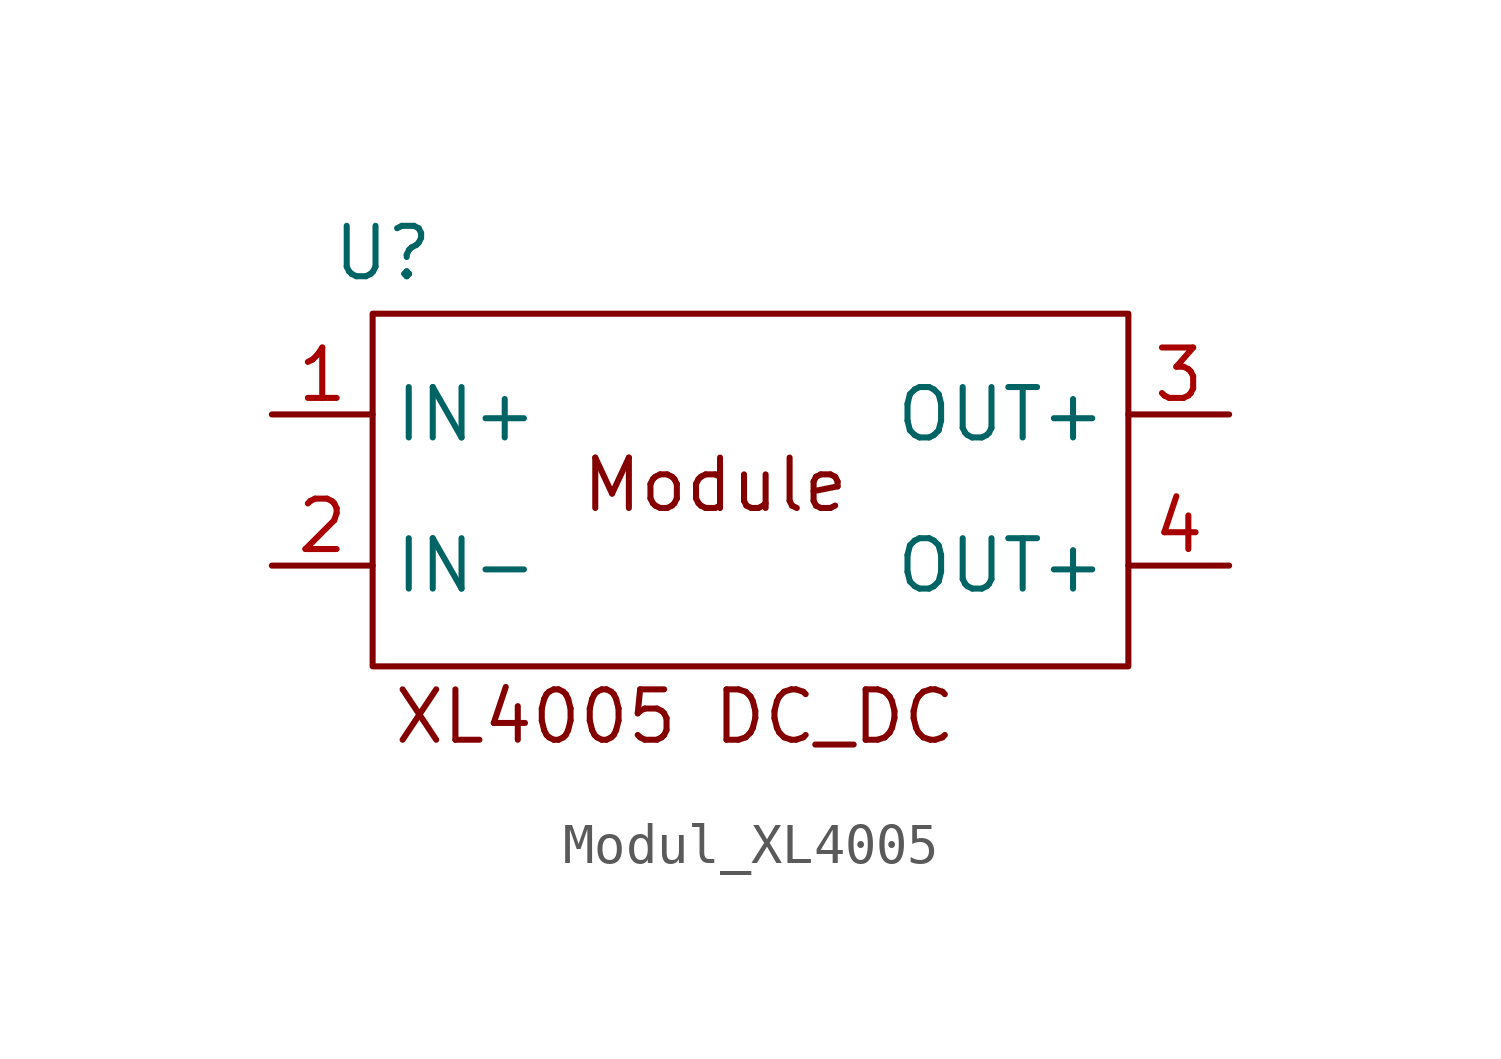
<source format=kicad_sym>
(kicad_symbol_lib
  (version 20231120)
  (generator "kicad_symbol_editor")
  (generator_version "8.0")
  (symbol "Modul_XL4005"
    (property "Reference" "U"
      (at -4.826 5.334 0)
      (effects (font (size 1.27 1.27))))
    (property "Value" ""
      (at 0 0 0)
      (effects (font (size 1.27 1.27))))
    (symbol "Modul_XL4005_0_1"
      (rectangle (start -5.08 3.81) (end 13.97 -5.08) (stroke (width 0) (type default)) (fill (type none))))
    (symbol "Modul_XL4005_1_1"
      (text "Module" (at 3.556 -0.508 0) (effects (font (size 1.27 1.27))))
      (text "XL4005 DC_DC" (at 2.54 -6.35 0) (effects (font (size 1.27 1.27))))
      (pin input line (at -7.62 1.27 0) (length 2.54) (name "IN+" (effects (font (size 1.27 1.27)))) (number "1" (effects (font (size 1.27 1.27)))))
      (pin input line (at -7.62 -2.54 0) (length 2.54) (name "IN-" (effects (font (size 1.27 1.27)))) (number "2" (effects (font (size 1.27 1.27)))))
      (pin output line (at 16.51 1.27 180) (length 2.54) (name "OUT+" (effects (font (size 1.27 1.27)))) (number "3" (effects (font (size 1.27 1.27)))))
      (pin output line (at 16.51 -2.54 180) (length 2.54) (name "OUT+" (effects (font (size 1.27 1.27)))) (number "4" (effects (font (size 1.27 1.27))))))))
</source>
